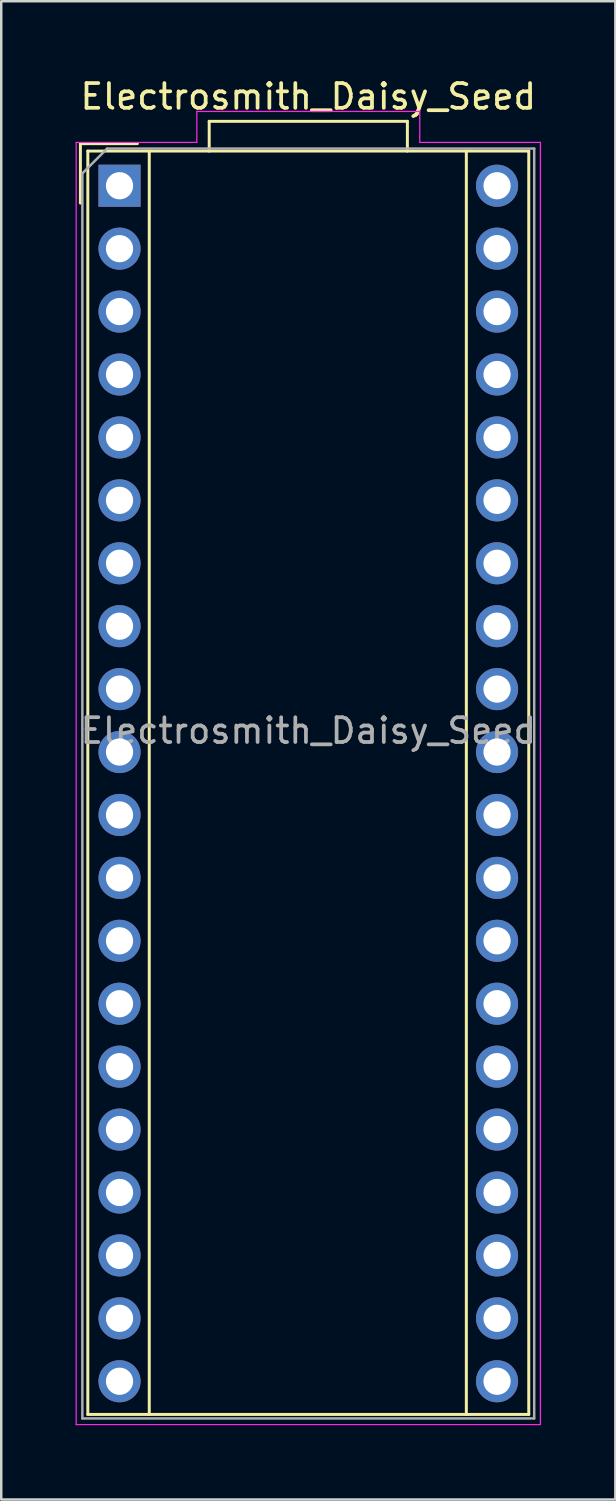
<source format=kicad_pcb>
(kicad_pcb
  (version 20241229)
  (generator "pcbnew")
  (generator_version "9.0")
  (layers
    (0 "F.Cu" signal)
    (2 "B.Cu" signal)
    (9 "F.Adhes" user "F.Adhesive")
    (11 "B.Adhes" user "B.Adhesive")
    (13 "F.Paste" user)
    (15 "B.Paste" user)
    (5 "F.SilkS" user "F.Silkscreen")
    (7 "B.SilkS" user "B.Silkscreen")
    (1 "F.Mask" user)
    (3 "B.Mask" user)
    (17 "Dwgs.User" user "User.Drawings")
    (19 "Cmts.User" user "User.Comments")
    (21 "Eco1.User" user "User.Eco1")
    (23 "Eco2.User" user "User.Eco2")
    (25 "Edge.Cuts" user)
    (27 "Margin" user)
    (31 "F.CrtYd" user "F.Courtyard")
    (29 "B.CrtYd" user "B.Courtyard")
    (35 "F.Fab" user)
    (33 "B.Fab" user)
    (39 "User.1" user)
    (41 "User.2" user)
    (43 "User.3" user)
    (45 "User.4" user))
  (footprint "Electrosmith_Daisy_Seed"
    (layer "F.Cu")
    (at 1.775 4.448)
    (property "Reference" "Electrosmith_Daisy_Seed" (at 7.62 -3.6 0) (layer "F.SilkS") (effects (font (size 1 1) (thickness 0.15))))
    (attr through_hole)
    (fp_line (start -1.58 -1.7) (end -1.58 0.7) (stroke (width 0.12) (type solid)) (layer "F.SilkS"))
    (fp_line (start -1.28 -1.4) (end 16.52 -1.4) (stroke (width 0.12) (type solid)) (layer "F.SilkS"))
    (fp_line (start -1.28 49.6) (end -1.28 -1.4) (stroke (width 0.12) (type solid)) (layer "F.SilkS"))
    (fp_line (start 0.72 -1.7) (end -1.58 -1.7) (stroke (width 0.12) (type solid)) (layer "F.SilkS"))
    (fp_line (start 1.2 -1.4) (end 1.2 49.6) (stroke (width 0.12) (type solid)) (layer "F.SilkS"))
    (fp_line (start 3.62 -2.6) (end 11.62 -2.6) (stroke (width 0.12) (type solid)) (layer "F.SilkS"))
    (fp_line (start 3.62 -1.4) (end 3.62 -2.6) (stroke (width 0.12) (type solid)) (layer "F.SilkS"))
    (fp_line (start 11.62 -2.6) (end 11.62 -1.4) (stroke (width 0.12) (type solid)) (layer "F.SilkS"))
    (fp_line (start 14 -1.4) (end 14 49.6) (stroke (width 0.12) (type solid)) (layer "F.SilkS"))
    (fp_line (start 16.52 -1.4) (end 16.52 49.6) (stroke (width 0.12) (type solid)) (layer "F.SilkS"))
    (fp_line (start 16.52 49.6) (end -1.28 49.6) (stroke (width 0.12) (type solid)) (layer "F.SilkS"))
    (fp_line (start -1.75 -1.75) (end 3.12 -1.75) (stroke (width 0.05) (type solid)) (layer "F.CrtYd"))
    (fp_line (start -1.75 50.01) (end -1.75 -1.75) (stroke (width 0.05) (type solid)) (layer "F.CrtYd"))
    (fp_line (start 3.12 -3) (end 12.12 -3) (stroke (width 0.05) (type solid)) (layer "F.CrtYd"))
    (fp_line (start 3.12 -1.75) (end 3.12 -3) (stroke (width 0.05) (type solid)) (layer "F.CrtYd"))
    (fp_line (start 12.12 -3) (end 12.12 -1.75) (stroke (width 0.05) (type solid)) (layer "F.CrtYd"))
    (fp_line (start 12.12 -1.75) (end 16.99 -1.75) (stroke (width 0.05) (type solid)) (layer "F.CrtYd"))
    (fp_line (start 16.99 -1.75) (end 16.99 50.01) (stroke (width 0.05) (type solid)) (layer "F.CrtYd"))
    (fp_line (start 16.99 50.01) (end -1.75 50.01) (stroke (width 0.05) (type solid)) (layer "F.CrtYd"))
    (fp_line (start -1.5 -0.5) (end -1.5 49.76) (stroke (width 0.1) (type solid)) (layer "F.Fab"))
    (fp_line (start -1.5 49.76) (end 16.74 49.76) (stroke (width 0.1) (type solid)) (layer "F.Fab"))
    (fp_line (start -0.5 -1.5) (end -1.5 -0.5) (stroke (width 0.1) (type solid)) (layer "F.Fab"))
    (fp_line (start 16.74 -1.5) (end -0.5 -1.5) (stroke (width 0.1) (type solid)) (layer "F.Fab"))
    (fp_line (start 16.74 49.76) (end 16.74 -1.5) (stroke (width 0.1) (type solid)) (layer "F.Fab"))
    (fp_text user "${REFERENCE}" (at 7.62 22 0) (layer "F.Fab") (effects (font (size 1 1) (thickness 0.15))))
    (pad "1" thru_hole rect (at 0 0) (size 1.7 1.7) (drill 1.1) (layers "*.Cu" "*.Mask"))
    (pad "2" thru_hole circle (at 0 2.54) (size 1.7 1.7) (drill 1.1) (layers "*.Cu" "*.Mask"))
    (pad "3" thru_hole circle (at 0 5.08) (size 1.7 1.7) (drill 1.1) (layers "*.Cu" "*.Mask"))
    (pad "4" thru_hole circle (at 0 7.62) (size 1.7 1.7) (drill 1.1) (layers "*.Cu" "*.Mask"))
    (pad "5" thru_hole circle (at 0 10.16) (size 1.7 1.7) (drill 1.1) (layers "*.Cu" "*.Mask"))
    (pad "6" thru_hole circle (at 0 12.7) (size 1.7 1.7) (drill 1.1) (layers "*.Cu" "*.Mask"))
    (pad "7" thru_hole circle (at 0 15.24) (size 1.7 1.7) (drill 1.1) (layers "*.Cu" "*.Mask"))
    (pad "8" thru_hole circle (at 0 17.78) (size 1.7 1.7) (drill 1.1) (layers "*.Cu" "*.Mask"))
    (pad "9" thru_hole circle (at 0 20.32) (size 1.7 1.7) (drill 1.1) (layers "*.Cu" "*.Mask"))
    (pad "10" thru_hole circle (at 0 22.86) (size 1.7 1.7) (drill 1.1) (layers "*.Cu" "*.Mask"))
    (pad "11" thru_hole circle (at 0 25.4) (size 1.7 1.7) (drill 1.1) (layers "*.Cu" "*.Mask"))
    (pad "12" thru_hole circle (at 0 27.94) (size 1.7 1.7) (drill 1.1) (layers "*.Cu" "*.Mask"))
    (pad "13" thru_hole circle (at 0 30.48) (size 1.7 1.7) (drill 1.1) (layers "*.Cu" "*.Mask"))
    (pad "14" thru_hole circle (at 0 33.02) (size 1.7 1.7) (drill 1.1) (layers "*.Cu" "*.Mask"))
    (pad "15" thru_hole circle (at 0 35.56) (size 1.7 1.7) (drill 1.1) (layers "*.Cu" "*.Mask"))
    (pad "16" thru_hole circle (at 0 38.1) (size 1.7 1.7) (drill 1.1) (layers "*.Cu" "*.Mask"))
    (pad "17" thru_hole circle (at 0 40.64) (size 1.7 1.7) (drill 1.1) (layers "*.Cu" "*.Mask"))
    (pad "18" thru_hole circle (at 0 43.18) (size 1.7 1.7) (drill 1.1) (layers "*.Cu" "*.Mask"))
    (pad "19" thru_hole circle (at 0 45.72) (size 1.7 1.7) (drill 1.1) (layers "*.Cu" "*.Mask"))
    (pad "20" thru_hole circle (at 0 48.26) (size 1.7 1.7) (drill 1.1) (layers "*.Cu" "*.Mask"))
    (pad "21" thru_hole circle (at 15.24 48.26) (size 1.7 1.7) (drill 1.1) (layers "*.Cu" "*.Mask"))
    (pad "22" thru_hole circle (at 15.24 45.72) (size 1.7 1.7) (drill 1.1) (layers "*.Cu" "*.Mask"))
    (pad "23" thru_hole circle (at 15.24 43.18) (size 1.7 1.7) (drill 1.1) (layers "*.Cu" "*.Mask"))
    (pad "24" thru_hole circle (at 15.24 40.64) (size 1.7 1.7) (drill 1.1) (layers "*.Cu" "*.Mask"))
    (pad "25" thru_hole circle (at 15.24 38.1) (size 1.7 1.7) (drill 1.1) (layers "*.Cu" "*.Mask"))
    (pad "26" thru_hole circle (at 15.24 35.56) (size 1.7 1.7) (drill 1.1) (layers "*.Cu" "*.Mask"))
    (pad "27" thru_hole circle (at 15.24 33.02) (size 1.7 1.7) (drill 1.1) (layers "*.Cu" "*.Mask"))
    (pad "28" thru_hole circle (at 15.24 30.48) (size 1.7 1.7) (drill 1.1) (layers "*.Cu" "*.Mask"))
    (pad "29" thru_hole circle (at 15.24 27.94) (size 1.7 1.7) (drill 1.1) (layers "*.Cu" "*.Mask"))
    (pad "30" thru_hole circle (at 15.24 25.4) (size 1.7 1.7) (drill 1.1) (layers "*.Cu" "*.Mask"))
    (pad "31" thru_hole circle (at 15.24 22.86) (size 1.7 1.7) (drill 1.1) (layers "*.Cu" "*.Mask"))
    (pad "32" thru_hole circle (at 15.24 20.32) (size 1.7 1.7) (drill 1.1) (layers "*.Cu" "*.Mask"))
    (pad "33" thru_hole circle (at 15.24 17.78) (size 1.7 1.7) (drill 1.1) (layers "*.Cu" "*.Mask"))
    (pad "34" thru_hole circle (at 15.24 15.24) (size 1.7 1.7) (drill 1.1) (layers "*.Cu" "*.Mask"))
    (pad "35" thru_hole circle (at 15.24 12.7) (size 1.7 1.7) (drill 1.1) (layers "*.Cu" "*.Mask"))
    (pad "36" thru_hole circle (at 15.24 10.16) (size 1.7 1.7) (drill 1.1) (layers "*.Cu" "*.Mask"))
    (pad "37" thru_hole circle (at 15.24 7.62) (size 1.7 1.7) (drill 1.1) (layers "*.Cu" "*.Mask"))
    (pad "38" thru_hole circle (at 15.24 5.08) (size 1.7 1.7) (drill 1.1) (layers "*.Cu" "*.Mask"))
    (pad "39" thru_hole circle (at 15.24 2.54) (size 1.7 1.7) (drill 1.1) (layers "*.Cu" "*.Mask"))
    (pad "40" thru_hole circle (at 15.24 0) (size 1.7 1.7) (drill 1.1) (layers "*.Cu" "*.Mask")))
  (gr_rect
    (start -3 -3)
    (end 21.79 57.483)
    (stroke (width 0.1) (type default))
    (fill no)
    (layer "Edge.Cuts")))
</source>
